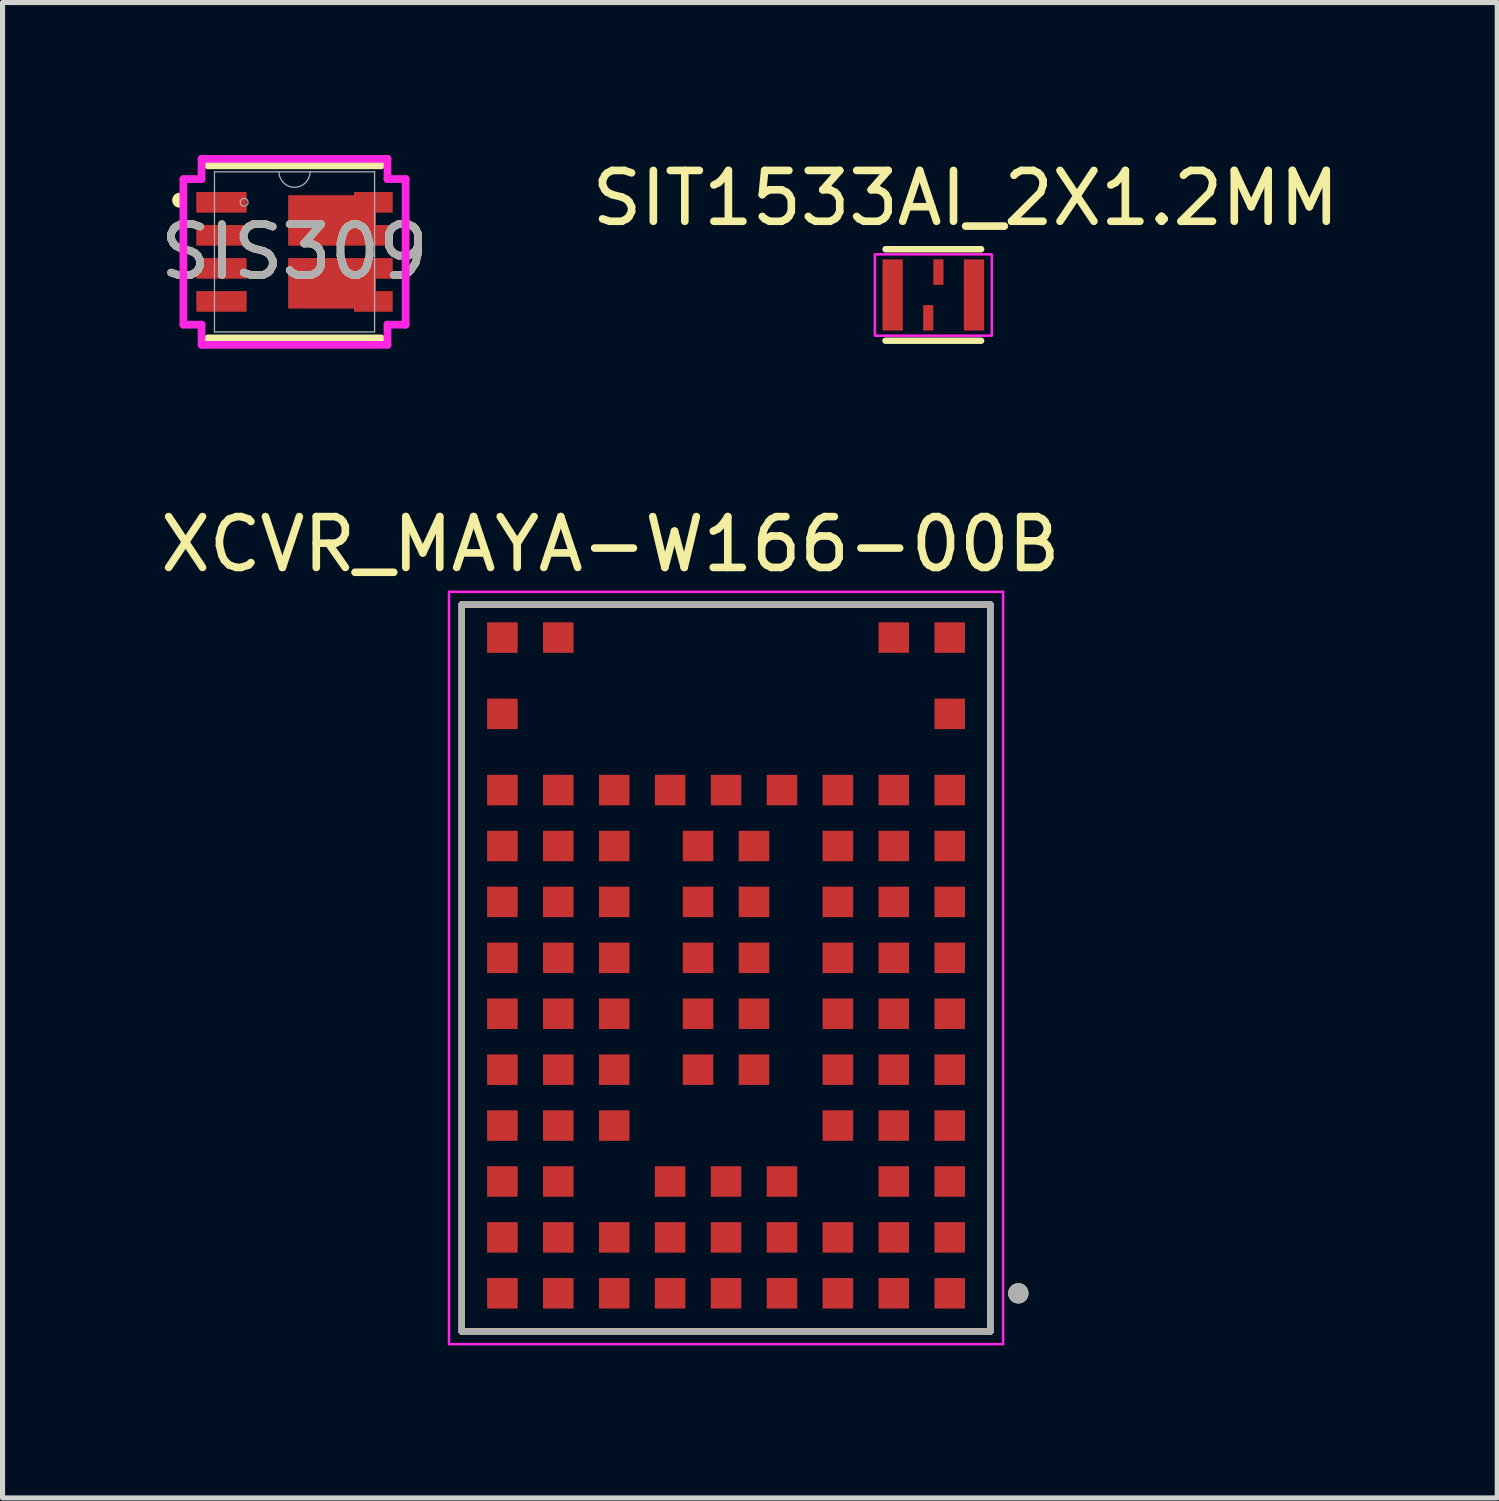
<source format=kicad_pcb>
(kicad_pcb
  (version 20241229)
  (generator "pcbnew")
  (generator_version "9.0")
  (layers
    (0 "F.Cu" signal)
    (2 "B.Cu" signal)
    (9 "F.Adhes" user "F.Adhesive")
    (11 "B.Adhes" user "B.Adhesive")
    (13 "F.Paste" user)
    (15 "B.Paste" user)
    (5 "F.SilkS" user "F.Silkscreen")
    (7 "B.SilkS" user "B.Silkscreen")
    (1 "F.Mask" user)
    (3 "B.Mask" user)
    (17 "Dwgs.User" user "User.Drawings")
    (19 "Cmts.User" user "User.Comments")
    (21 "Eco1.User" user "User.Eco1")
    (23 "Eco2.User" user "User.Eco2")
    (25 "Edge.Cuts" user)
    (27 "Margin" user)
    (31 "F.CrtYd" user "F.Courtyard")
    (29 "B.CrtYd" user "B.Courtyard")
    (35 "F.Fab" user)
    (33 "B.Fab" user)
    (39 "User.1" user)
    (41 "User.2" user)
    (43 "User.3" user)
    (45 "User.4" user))
  (footprint "SIS309"
    (layer "F.Cu")
    (at 2.744 1.905)
    (property "Reference" "SIS309" (at 0 0 0) (unlocked yes) (layer "F.SilkS") (effects (font (size 1 1) (thickness 0.15))))
    (attr smd)
    (fp_poly (pts (xy -0.125 -1.115) (xy 1.17 -1.115) (xy 1.17 -1.178) (xy 1.932 -1.178) (xy 1.932 -0.772) (xy 1.602 -0.772) (xy 1.602 -0.528) (xy 1.932 -0.528) (xy 1.932 -0.122) (xy -0.125 -0.122)) (stroke (width 0) (type solid)) (fill yes) (layer "F.Cu"))
    (fp_poly (pts (xy -0.125 1.115) (xy 1.17 1.115) (xy 1.17 1.178) (xy 1.932 1.178) (xy 1.932 0.772) (xy 1.602 0.772) (xy 1.602 0.528) (xy 1.932 0.528) (xy 1.932 0.122) (xy -0.125 0.122)) (stroke (width 0) (type solid)) (fill yes) (layer "F.Cu"))
    (fp_poly (pts (xy -0.125 -1.115) (xy 1.17 -1.115) (xy 1.17 -1.178) (xy 1.932 -1.178) (xy 1.932 -0.772) (xy 1.602 -0.772) (xy 1.602 -0.528) (xy 1.932 -0.528) (xy 1.932 -0.122) (xy -0.125 -0.122)) (stroke (width 0) (type solid)) (fill yes) (layer "F.Mask"))
    (fp_poly (pts (xy -0.125 1.115) (xy 1.17 1.115) (xy 1.17 1.178) (xy 1.932 1.178) (xy 1.932 0.772) (xy 1.602 0.772) (xy 1.602 0.528) (xy 1.932 0.528) (xy 1.932 0.122) (xy -0.125 0.122)) (stroke (width 0) (type solid)) (fill yes) (layer "F.Mask"))
    (fp_line (start -1.702 -1.702) (end 1.702 -1.702) (stroke (width 0.152) (type solid)) (layer "F.SilkS"))
    (fp_line (start 1.702 1.702) (end -1.702 1.702) (stroke (width 0.152) (type solid)) (layer "F.SilkS"))
    (fp_arc (start -2.298042 -1.077314) (mid -2.216167 -0.959547) (end -2.3114 -1.0668) (stroke (width 0.1524) (type solid)) (layer "F.SilkS"))
    (fp_poly (pts (xy -0.125 -1.115) (xy 1.17 -1.115) (xy 1.17 -1.178) (xy 1.932 -1.178) (xy 1.932 -0.772) (xy 1.602 -0.772) (xy 1.602 -0.528) (xy 1.932 -0.528) (xy 1.932 -0.122) (xy -0.125 -0.122)) (stroke (width 0) (type solid)) (fill yes) (layer "F.Paste"))
    (fp_poly (pts (xy -0.125 1.115) (xy 1.17 1.115) (xy 1.17 1.178) (xy 1.932 1.178) (xy 1.932 0.772) (xy 1.602 0.772) (xy 1.602 0.528) (xy 1.932 0.528) (xy 1.932 0.122) (xy -0.125 0.122)) (stroke (width 0) (type solid)) (fill yes) (layer "F.Paste"))
    (fp_line (start -2.186 -1.432) (end -2.186 1.432) (stroke (width 0.152) (type solid)) (layer "F.CrtYd"))
    (fp_line (start -2.186 1.432) (end -1.829 1.432) (stroke (width 0.152) (type solid)) (layer "F.CrtYd"))
    (fp_line (start -1.829 -1.829) (end -1.829 -1.432) (stroke (width 0.152) (type solid)) (layer "F.CrtYd"))
    (fp_line (start -1.829 -1.432) (end -2.186 -1.432) (stroke (width 0.152) (type solid)) (layer "F.CrtYd"))
    (fp_line (start -1.829 1.432) (end -1.829 1.829) (stroke (width 0.152) (type solid)) (layer "F.CrtYd"))
    (fp_line (start -1.829 1.829) (end 1.829 1.829) (stroke (width 0.152) (type solid)) (layer "F.CrtYd"))
    (fp_line (start 1.829 -1.829) (end -1.829 -1.829) (stroke (width 0.152) (type solid)) (layer "F.CrtYd"))
    (fp_line (start 1.829 -1.432) (end 1.829 -1.829) (stroke (width 0.152) (type solid)) (layer "F.CrtYd"))
    (fp_line (start 1.829 1.432) (end 2.186 1.432) (stroke (width 0.152) (type solid)) (layer "F.CrtYd"))
    (fp_line (start 1.829 1.829) (end 1.829 1.432) (stroke (width 0.152) (type solid)) (layer "F.CrtYd"))
    (fp_line (start 2.186 -1.432) (end 1.829 -1.432) (stroke (width 0.152) (type solid)) (layer "F.CrtYd"))
    (fp_line (start 2.186 1.432) (end 2.186 -1.432) (stroke (width 0.152) (type solid)) (layer "F.CrtYd"))
    (fp_line (start -1.575 -1.575) (end -1.575 1.575) (stroke (width 0.025) (type solid)) (layer "F.Fab"))
    (fp_line (start -1.575 1.575) (end 1.575 1.575) (stroke (width 0.025) (type solid)) (layer "F.Fab"))
    (fp_line (start 1.575 -1.575) (end -1.575 -1.575) (stroke (width 0.025) (type solid)) (layer "F.Fab"))
    (fp_line (start 1.575 1.575) (end 1.575 -1.575) (stroke (width 0.025) (type solid)) (layer "F.Fab"))
    (fp_arc (start 0.3048 -1.5748) (mid 0 -1.27) (end -0.3048 -1.5748) (stroke (width 0.0254) (type solid)) (layer "F.Fab"))
    (fp_circle (center -0.991 -0.975) (end -0.914 -0.975) (stroke (width 0.025) (type solid)) (fill no) (layer "F.Fab"))
    (fp_text user "${REFERENCE}" (at 0 0 0) (unlocked yes) (layer "F.Fab") (effects (font (size 1 1) (thickness 0.15))))
    (pad "1" smd rect (at -1.437 -0.975) (size 0.991 0.406) (layers "F.Cu" "F.Mask" "F.Paste"))
    (pad "2" smd rect (at -1.437 -0.325) (size 0.991 0.406) (layers "F.Cu" "F.Mask" "F.Paste"))
    (pad "3" smd rect (at -1.437 0.325) (size 0.991 0.406) (layers "F.Cu" "F.Mask" "F.Paste"))
    (pad "4" smd rect (at -1.437 0.975) (size 0.991 0.406) (layers "F.Cu" "F.Mask" "F.Paste"))
    (pad "5" smd rect (at 1.361 0.975) (size 0.127 0.127) (layers "F.Cu" "F.Mask" "F.Paste"))
    (pad "6" smd rect (at 1.361 0.325) (size 0.127 0.127) (layers "F.Cu" "F.Mask" "F.Paste"))
    (pad "7" smd rect (at 1.361 -0.325) (size 0.127 0.127) (layers "F.Cu" "F.Mask" "F.Paste"))
    (pad "8" smd rect (at 1.361 -0.975) (size 0.127 0.127) (layers "F.Cu" "F.Mask" "F.Paste")))
  (footprint "SIT1533AI_2X1.2MM"
    (layer "F.Cu")
    (at 15.311 2.753)
    (property "Reference" "SIT1533AI_2X1.2MM" (at 0.635 -1.905 0) (layer "F.SilkS") (effects (font (size 1 1) (thickness 0.15))))
    (attr smd)
    (fp_line (start -0.94 -0.9) (end 0.94 -0.9) (stroke (width 0.127) (type solid)) (layer "F.SilkS"))
    (fp_line (start 0.94 0.9) (end -0.94 0.9) (stroke (width 0.127) (type solid)) (layer "F.SilkS"))
    (fp_rect (start -1.15 -0.8) (end 1.15 0.8) (stroke (width 0.05) (type solid)) (fill no) (layer "F.CrtYd"))
    (pad "1" smd rect (at -0.8 0) (size 0.4 1.4) (layers "F.Cu" "F.Mask" "F.Paste"))
    (pad "2" smd rect (at -0.1 0.45) (size 0.2 0.5) (layers "F.Cu" "F.Mask" "F.Paste"))
    (pad "3" smd rect (at 0.8 0) (size 0.4 1.4) (layers "F.Cu" "F.Mask" "F.Paste"))
    (pad "4" smd rect (at 0.1 -0.45) (size 0.2 0.5) (layers "F.Cu" "F.Mask" "F.Paste")))
  (footprint "XCVR_MAYA-W166-00B"
    (layer "F.Cu")
    (at 11.233 15.793)
    (property "Reference" "XCVR_MAYA-W166-00B" (at -2.275 -8.135 0) (layer "F.SilkS") (effects (font (size 1 1) (thickness 0.15))))
    (attr smd)
    (fp_line (start -5.2 -6.95) (end 5.2 -6.95) (stroke (width 0.127) (type solid)) (layer "F.SilkS"))
    (fp_line (start -5.2 7.35) (end -5.2 -6.95) (stroke (width 0.127) (type solid)) (layer "F.SilkS"))
    (fp_line (start 5.2 -6.95) (end 5.2 7.35) (stroke (width 0.127) (type solid)) (layer "F.SilkS"))
    (fp_line (start 5.2 7.35) (end -5.2 7.35) (stroke (width 0.127) (type solid)) (layer "F.SilkS"))
    (fp_circle (center 5.75 6.6) (end 5.85 6.6) (stroke (width 0.2) (type solid)) (fill no) (layer "F.SilkS"))
    (fp_line (start -5.45 -7.2) (end 5.45 -7.2) (stroke (width 0.05) (type solid)) (layer "F.CrtYd"))
    (fp_line (start -5.45 7.6) (end -5.45 -7.2) (stroke (width 0.05) (type solid)) (layer "F.CrtYd"))
    (fp_line (start 5.45 -7.2) (end 5.45 7.6) (stroke (width 0.05) (type solid)) (layer "F.CrtYd"))
    (fp_line (start 5.45 7.6) (end -5.45 7.6) (stroke (width 0.05) (type solid)) (layer "F.CrtYd"))
    (fp_line (start -5.2 -6.95) (end 5.2 -6.95) (stroke (width 0.127) (type solid)) (layer "F.Fab"))
    (fp_line (start -5.2 7.35) (end -5.2 -6.95) (stroke (width 0.127) (type solid)) (layer "F.Fab"))
    (fp_line (start 5.2 -6.95) (end 5.2 7.35) (stroke (width 0.127) (type solid)) (layer "F.Fab"))
    (fp_line (start 5.2 7.35) (end -5.2 7.35) (stroke (width 0.127) (type solid)) (layer "F.Fab"))
    (fp_circle (center 5.75 6.6) (end 5.85 6.6) (stroke (width 0.2) (type solid)) (fill no) (layer "F.Fab"))
    (pad "A1" smd rect (at 4.4 6.6) (size 0.6 0.6) (layers "F.Cu" "F.Mask" "F.Paste"))
    (pad "A2" smd rect (at 3.3 6.6) (size 0.6 0.6) (layers "F.Cu" "F.Mask" "F.Paste"))
    (pad "A3" smd rect (at 2.2 6.6) (size 0.6 0.6) (layers "F.Cu" "F.Mask" "F.Paste"))
    (pad "A4" smd rect (at 1.1 6.6) (size 0.6 0.6) (layers "F.Cu" "F.Mask" "F.Paste"))
    (pad "A5" smd rect (at 0 6.6) (size 0.6 0.6) (layers "F.Cu" "F.Mask" "F.Paste"))
    (pad "A6" smd rect (at -1.1 6.6) (size 0.6 0.6) (layers "F.Cu" "F.Mask" "F.Paste"))
    (pad "A7" smd rect (at -2.2 6.6) (size 0.6 0.6) (layers "F.Cu" "F.Mask" "F.Paste"))
    (pad "A8" smd rect (at -3.3 6.6) (size 0.6 0.6) (layers "F.Cu" "F.Mask" "F.Paste"))
    (pad "A9" smd rect (at -4.4 6.6) (size 0.6 0.6) (layers "F.Cu" "F.Mask" "F.Paste"))
    (pad "B1" smd rect (at 4.4 5.5) (size 0.6 0.6) (layers "F.Cu" "F.Mask" "F.Paste"))
    (pad "B2" smd rect (at 3.3 5.5) (size 0.6 0.6) (layers "F.Cu" "F.Mask" "F.Paste"))
    (pad "B3" smd rect (at 2.2 5.5) (size 0.6 0.6) (layers "F.Cu" "F.Mask" "F.Paste"))
    (pad "B4" smd rect (at 1.1 5.5) (size 0.6 0.6) (layers "F.Cu" "F.Mask" "F.Paste"))
    (pad "B5" smd rect (at 0 5.5) (size 0.6 0.6) (layers "F.Cu" "F.Mask" "F.Paste"))
    (pad "B6" smd rect (at -1.1 5.5) (size 0.6 0.6) (layers "F.Cu" "F.Mask" "F.Paste"))
    (pad "B7" smd rect (at -2.2 5.5) (size 0.6 0.6) (layers "F.Cu" "F.Mask" "F.Paste"))
    (pad "B8" smd rect (at -3.3 5.5) (size 0.6 0.6) (layers "F.Cu" "F.Mask" "F.Paste"))
    (pad "B9" smd rect (at -4.4 5.5) (size 0.6 0.6) (layers "F.Cu" "F.Mask" "F.Paste"))
    (pad "C1" smd rect (at 4.4 4.4) (size 0.6 0.6) (layers "F.Cu" "F.Mask" "F.Paste"))
    (pad "C2" smd rect (at 3.3 4.4) (size 0.6 0.6) (layers "F.Cu" "F.Mask" "F.Paste"))
    (pad "C4" smd rect (at 1.1 4.4) (size 0.6 0.6) (layers "F.Cu" "F.Mask" "F.Paste"))
    (pad "C5" smd rect (at 0 4.4) (size 0.6 0.6) (layers "F.Cu" "F.Mask" "F.Paste"))
    (pad "C6" smd rect (at -1.1 4.4) (size 0.6 0.6) (layers "F.Cu" "F.Mask" "F.Paste"))
    (pad "C8" smd rect (at -3.3 4.4) (size 0.6 0.6) (layers "F.Cu" "F.Mask" "F.Paste"))
    (pad "C9" smd rect (at -4.4 4.4) (size 0.6 0.6) (layers "F.Cu" "F.Mask" "F.Paste"))
    (pad "D1" smd rect (at 4.4 3.3) (size 0.6 0.6) (layers "F.Cu" "F.Mask" "F.Paste"))
    (pad "D2" smd rect (at 3.3 3.3) (size 0.6 0.6) (layers "F.Cu" "F.Mask" "F.Paste"))
    (pad "D3" smd rect (at 2.2 3.3) (size 0.6 0.6) (layers "F.Cu" "F.Mask" "F.Paste"))
    (pad "D7" smd rect (at -2.2 3.3) (size 0.6 0.6) (layers "F.Cu" "F.Mask" "F.Paste"))
    (pad "D8" smd rect (at -3.3 3.3) (size 0.6 0.6) (layers "F.Cu" "F.Mask" "F.Paste"))
    (pad "D9" smd rect (at -4.4 3.3) (size 0.6 0.6) (layers "F.Cu" "F.Mask" "F.Paste"))
    (pad "E1" smd rect (at 4.4 2.2) (size 0.6 0.6) (layers "F.Cu" "F.Mask" "F.Paste"))
    (pad "E2" smd rect (at 3.3 2.2) (size 0.6 0.6) (layers "F.Cu" "F.Mask" "F.Paste"))
    (pad "E3" smd rect (at 2.2 2.2) (size 0.6 0.6) (layers "F.Cu" "F.Mask" "F.Paste"))
    (pad "E4" smd rect (at 0.55 2.2) (size 0.6 0.6) (layers "F.Cu" "F.Mask" "F.Paste"))
    (pad "E5" smd rect (at -0.55 2.2) (size 0.6 0.6) (layers "F.Cu" "F.Mask" "F.Paste"))
    (pad "E7" smd rect (at -2.2 2.2) (size 0.6 0.6) (layers "F.Cu" "F.Mask" "F.Paste"))
    (pad "E8" smd rect (at -3.3 2.2) (size 0.6 0.6) (layers "F.Cu" "F.Mask" "F.Paste"))
    (pad "E9" smd rect (at -4.4 2.2) (size 0.6 0.6) (layers "F.Cu" "F.Mask" "F.Paste"))
    (pad "F1" smd rect (at 4.4 1.1) (size 0.6 0.6) (layers "F.Cu" "F.Mask" "F.Paste"))
    (pad "F2" smd rect (at 3.3 1.1) (size 0.6 0.6) (layers "F.Cu" "F.Mask" "F.Paste"))
    (pad "F3" smd rect (at 2.2 1.1) (size 0.6 0.6) (layers "F.Cu" "F.Mask" "F.Paste"))
    (pad "F4" smd rect (at 0.55 1.1) (size 0.6 0.6) (layers "F.Cu" "F.Mask" "F.Paste"))
    (pad "F5" smd rect (at -0.55 1.1) (size 0.6 0.6) (layers "F.Cu" "F.Mask" "F.Paste"))
    (pad "F7" smd rect (at -2.2 1.1) (size 0.6 0.6) (layers "F.Cu" "F.Mask" "F.Paste"))
    (pad "F8" smd rect (at -3.3 1.1) (size 0.6 0.6) (layers "F.Cu" "F.Mask" "F.Paste"))
    (pad "F9" smd rect (at -4.4 1.1) (size 0.6 0.6) (layers "F.Cu" "F.Mask" "F.Paste"))
    (pad "G1" smd rect (at 4.4 0) (size 0.6 0.6) (layers "F.Cu" "F.Mask" "F.Paste"))
    (pad "G2" smd rect (at 3.3 0) (size 0.6 0.6) (layers "F.Cu" "F.Mask" "F.Paste"))
    (pad "G3" smd rect (at 2.2 0) (size 0.6 0.6) (layers "F.Cu" "F.Mask" "F.Paste"))
    (pad "G4" smd rect (at 0.55 0) (size 0.6 0.6) (layers "F.Cu" "F.Mask" "F.Paste"))
    (pad "G5" smd rect (at -0.55 0) (size 0.6 0.6) (layers "F.Cu" "F.Mask" "F.Paste"))
    (pad "G7" smd rect (at -2.2 0) (size 0.6 0.6) (layers "F.Cu" "F.Mask" "F.Paste"))
    (pad "G8" smd rect (at -3.3 0) (size 0.6 0.6) (layers "F.Cu" "F.Mask" "F.Paste"))
    (pad "G9" smd rect (at -4.4 0) (size 0.6 0.6) (layers "F.Cu" "F.Mask" "F.Paste"))
    (pad "H1" smd rect (at 4.4 -1.1) (size 0.6 0.6) (layers "F.Cu" "F.Mask" "F.Paste"))
    (pad "H2" smd rect (at 3.3 -1.1) (size 0.6 0.6) (layers "F.Cu" "F.Mask" "F.Paste"))
    (pad "H3" smd rect (at 2.2 -1.1) (size 0.6 0.6) (layers "F.Cu" "F.Mask" "F.Paste"))
    (pad "H4" smd rect (at 0.55 -1.1) (size 0.6 0.6) (layers "F.Cu" "F.Mask" "F.Paste"))
    (pad "H5" smd rect (at -0.55 -1.1) (size 0.6 0.6) (layers "F.Cu" "F.Mask" "F.Paste"))
    (pad "H7" smd rect (at -2.2 -1.1) (size 0.6 0.6) (layers "F.Cu" "F.Mask" "F.Paste"))
    (pad "H8" smd rect (at -3.3 -1.1) (size 0.6 0.6) (layers "F.Cu" "F.Mask" "F.Paste"))
    (pad "H9" smd rect (at -4.4 -1.1) (size 0.6 0.6) (layers "F.Cu" "F.Mask" "F.Paste"))
    (pad "J1" smd rect (at 4.4 -2.2) (size 0.6 0.6) (layers "F.Cu" "F.Mask" "F.Paste"))
    (pad "J2" smd rect (at 3.3 -2.2) (size 0.6 0.6) (layers "F.Cu" "F.Mask" "F.Paste"))
    (pad "J3" smd rect (at 2.2 -2.2) (size 0.6 0.6) (layers "F.Cu" "F.Mask" "F.Paste"))
    (pad "J4" smd rect (at 0.55 -2.2) (size 0.6 0.6) (layers "F.Cu" "F.Mask" "F.Paste"))
    (pad "J5" smd rect (at -0.55 -2.2) (size 0.6 0.6) (layers "F.Cu" "F.Mask" "F.Paste"))
    (pad "J7" smd rect (at -2.2 -2.2) (size 0.6 0.6) (layers "F.Cu" "F.Mask" "F.Paste"))
    (pad "J8" smd rect (at -3.3 -2.2) (size 0.6 0.6) (layers "F.Cu" "F.Mask" "F.Paste"))
    (pad "J9" smd rect (at -4.4 -2.2) (size 0.6 0.6) (layers "F.Cu" "F.Mask" "F.Paste"))
    (pad "K1" smd rect (at 4.4 -3.3) (size 0.6 0.6) (layers "F.Cu" "F.Mask" "F.Paste"))
    (pad "K2" smd rect (at 3.3 -3.3) (size 0.6 0.6) (layers "F.Cu" "F.Mask" "F.Paste"))
    (pad "K3" smd rect (at 2.2 -3.3) (size 0.6 0.6) (layers "F.Cu" "F.Mask" "F.Paste"))
    (pad "K4" smd rect (at 1.1 -3.3) (size 0.6 0.6) (layers "F.Cu" "F.Mask" "F.Paste"))
    (pad "K5" smd rect (at 0 -3.3) (size 0.6 0.6) (layers "F.Cu" "F.Mask" "F.Paste"))
    (pad "K6" smd rect (at -1.1 -3.3) (size 0.6 0.6) (layers "F.Cu" "F.Mask" "F.Paste"))
    (pad "K7" smd rect (at -2.2 -3.3) (size 0.6 0.6) (layers "F.Cu" "F.Mask" "F.Paste"))
    (pad "K8" smd rect (at -3.3 -3.3) (size 0.6 0.6) (layers "F.Cu" "F.Mask" "F.Paste"))
    (pad "K9" smd rect (at -4.4 -3.3) (size 0.6 0.6) (layers "F.Cu" "F.Mask" "F.Paste"))
    (pad "L1" smd rect (at 4.4 -4.8) (size 0.6 0.6) (layers "F.Cu" "F.Mask" "F.Paste"))
    (pad "L9" smd rect (at -4.4 -4.8) (size 0.6 0.6) (layers "F.Cu" "F.Mask" "F.Paste"))
    (pad "M1" smd rect (at 4.4 -6.3) (size 0.6 0.6) (layers "F.Cu" "F.Mask" "F.Paste"))
    (pad "M2" smd rect (at 3.3 -6.3) (size 0.6 0.6) (layers "F.Cu" "F.Mask" "F.Paste"))
    (pad "M8" smd rect (at -3.3 -6.3) (size 0.6 0.6) (layers "F.Cu" "F.Mask" "F.Paste"))
    (pad "M9" smd rect (at -4.4 -6.3) (size 0.6 0.6) (layers "F.Cu" "F.Mask" "F.Paste"))
    (zone (net_name "") (layer "F.Cu") (hatch full 0.508) (connect_pads) (min_thickness 0.01) (filled_areas_thickness no) (keepout (tracks not_allowed) (vias not_allowed) (pads not_allowed) (copperpour not_allowed) (footprints allowed)) (placement (enabled no)) (fill) (polygon (pts (xy 6.033 8.993) (xy 8.233 8.993) (xy 8.233 9.793) (xy 7.133 9.793) (xy 7.133 12.193) (xy 15.333 12.193) (xy 15.333 9.793) (xy 14.233 9.793) (xy 14.233 8.993) (xy 16.433 8.993) (xy 16.433 8.843) (xy 6.033 8.843))))
    (zone (net_name "") (layers "F.Cu" "B.Cu") (hatch full 0.508) (connect_pads) (min_thickness 0.01) (filled_areas_thickness no) (keepout (tracks allowed) (vias not_allowed) (pads allowed) (copperpour allowed) (footprints allowed)) (placement (enabled no)) (fill) (polygon (pts (xy 6.033 8.993) (xy 8.233 8.993) (xy 8.233 9.793) (xy 7.133 9.793) (xy 7.133 12.193) (xy 15.333 12.193) (xy 15.333 9.793) (xy 14.233 9.793) (xy 14.233 8.993) (xy 16.433 8.993) (xy 16.433 8.843) (xy 6.033 8.843)))))
  (gr_rect
    (start -3 -3)
    (end 26.405 26.418)
    (stroke (width 0.1) (type default))
    (fill no)
    (layer "Edge.Cuts")))
</source>
